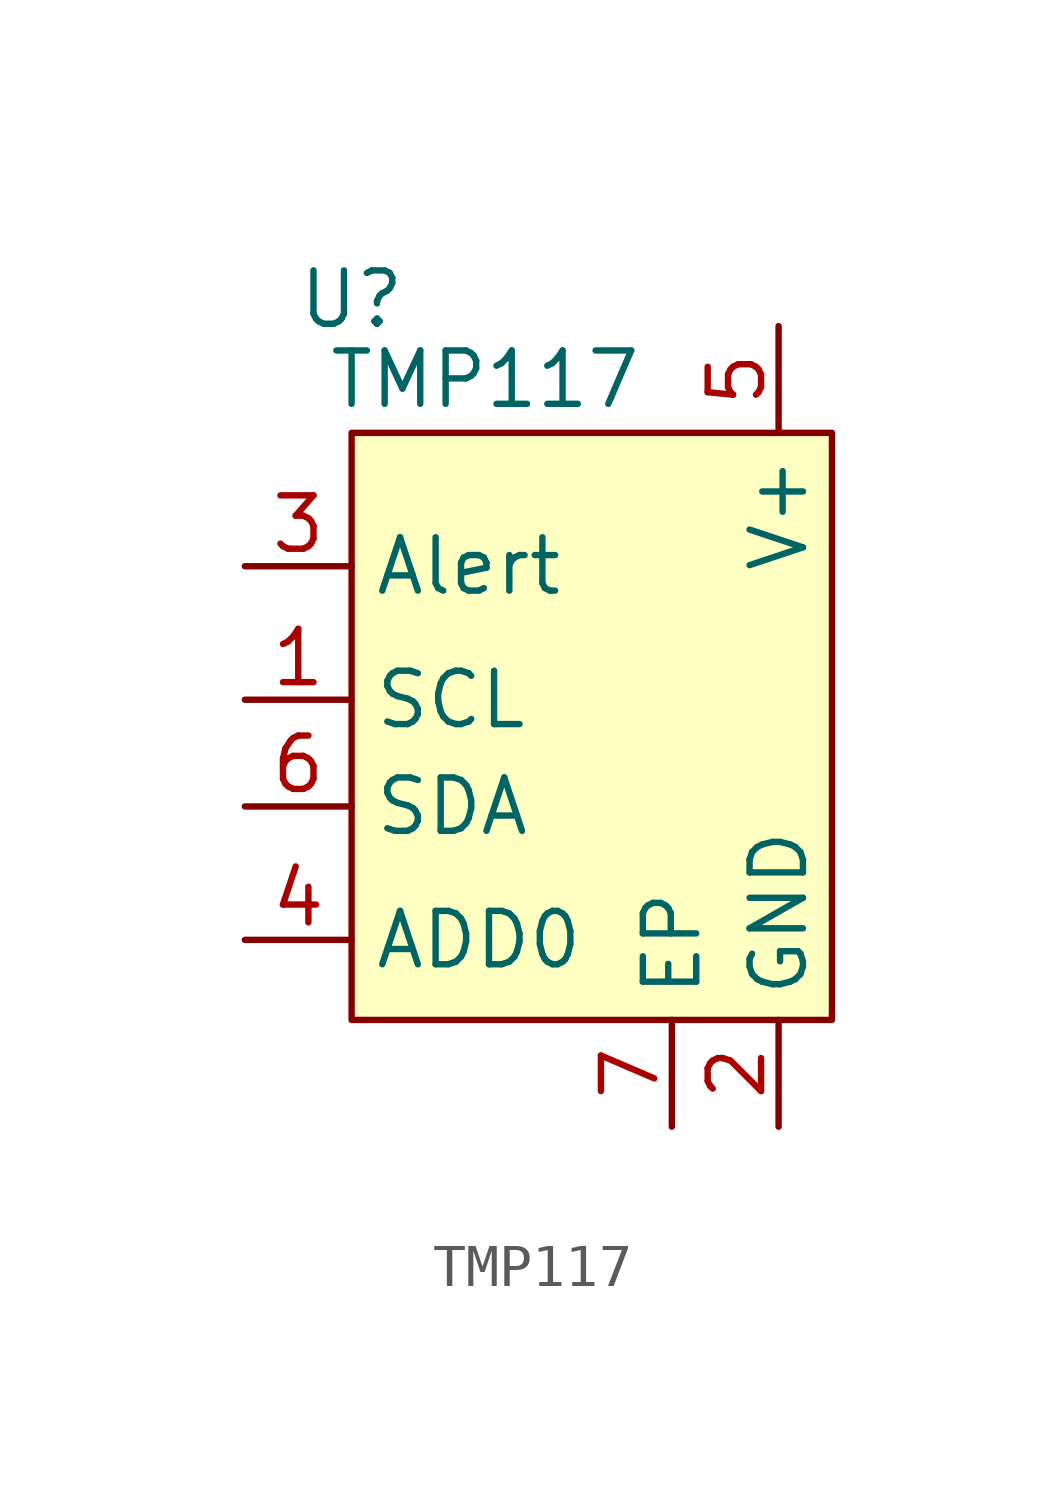
<source format=kicad_sym>
(kicad_symbol_lib
  (version 20220914)
  (generator kicad_symbol_editor)
  (symbol "TMP117"
    (property "Reference" "U"
      (at -5.715 8.89 0)
      (effects (font (size 1.27 1.27))))
    (property "Value" "TMP117"
      (at -2.54 6.985 0)
      (effects (font (size 1.27 1.27))))
    (symbol "TMP117_0_1"
      (rectangle (start -5.715 5.715) (end 5.715 -8.255) (stroke (width 0.152) (type default)) (fill (type background))))
    (symbol "TMP117_1_1"
      (pin bidirectional line (at -8.255 -0.635 0) (length 2.54) (name "SCL" (effects (font (size 1.27 1.27)))) (number "1" (effects (font (size 1.27 1.27)))))
      (pin power_in line (at 4.445 -10.795 90) (length 2.54) (name "GND" (effects (font (size 1.27 1.27)))) (number "2" (effects (font (size 1.27 1.27)))))
      (pin output line (at -8.255 2.54 0) (length 2.54) (name "Alert" (effects (font (size 1.27 1.27)))) (number "3" (effects (font (size 1.27 1.27)))))
      (pin input line (at -8.255 -6.35 0) (length 2.54) (name "ADD0" (effects (font (size 1.27 1.27)))) (number "4" (effects (font (size 1.27 1.27)))))
      (pin power_in line (at 4.445 8.255 270) (length 2.54) (name "V+" (effects (font (size 1.27 1.27)))) (number "5" (effects (font (size 1.27 1.27)))))
      (pin bidirectional line (at -8.255 -3.175 0) (length 2.54) (name "SDA" (effects (font (size 1.27 1.27)))) (number "6" (effects (font (size 1.27 1.27)))))
      (pin unspecified line (at 1.905 -10.795 90) (length 2.54) (name "EP" (effects (font (size 1.27 1.27)))) (number "7" (effects (font (size 1.27 1.27))))))))
</source>
